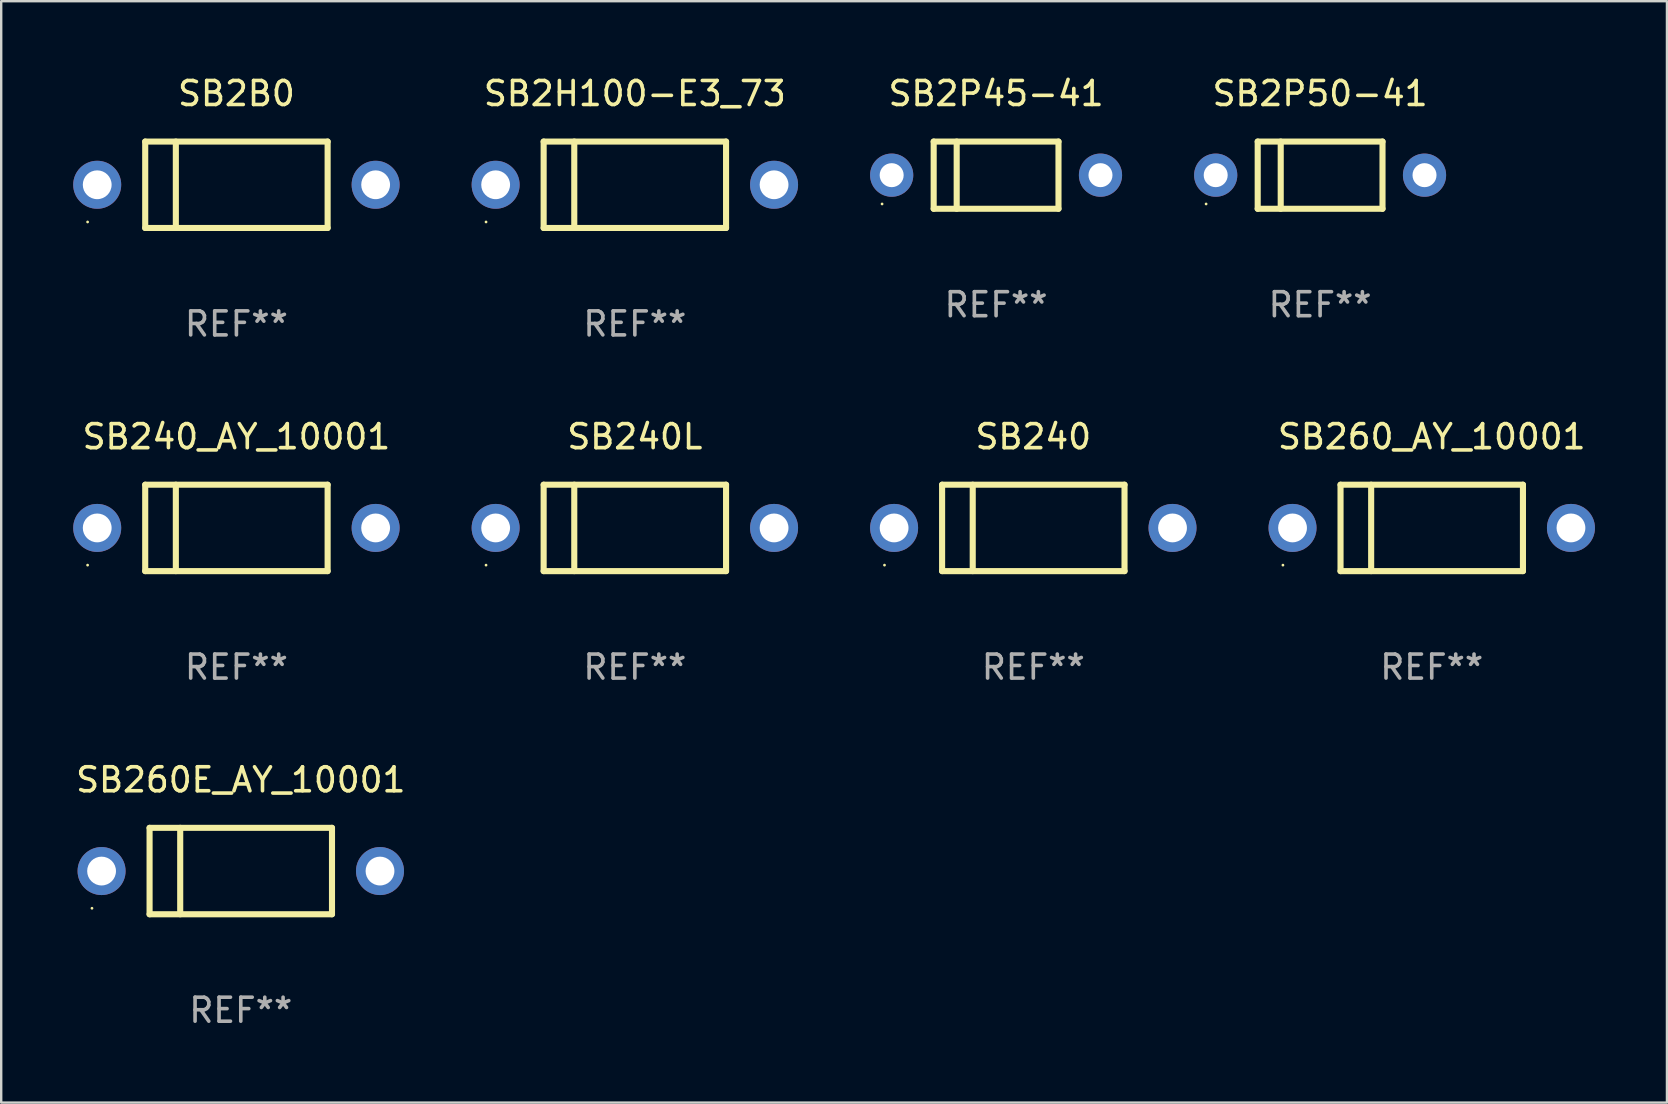
<source format=kicad_pcb>
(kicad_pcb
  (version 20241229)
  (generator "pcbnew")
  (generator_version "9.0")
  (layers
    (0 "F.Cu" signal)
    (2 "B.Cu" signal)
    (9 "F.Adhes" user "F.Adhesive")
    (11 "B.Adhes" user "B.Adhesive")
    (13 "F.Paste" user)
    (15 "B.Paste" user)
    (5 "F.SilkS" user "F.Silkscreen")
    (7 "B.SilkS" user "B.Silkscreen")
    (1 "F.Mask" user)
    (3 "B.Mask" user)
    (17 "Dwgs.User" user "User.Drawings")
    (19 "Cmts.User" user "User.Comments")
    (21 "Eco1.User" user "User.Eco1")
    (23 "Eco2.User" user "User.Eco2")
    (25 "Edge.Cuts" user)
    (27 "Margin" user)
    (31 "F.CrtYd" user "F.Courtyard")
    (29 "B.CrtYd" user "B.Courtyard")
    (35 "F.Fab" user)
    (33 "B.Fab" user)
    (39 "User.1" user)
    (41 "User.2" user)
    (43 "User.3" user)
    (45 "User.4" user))
  (footprint "SB2H100-E3_73"
    (layer "F.Cu")
    (at 23.4 4.648)
    (property "Reference" "SB2H100-E3_73" (at 0 -3.8 0) (layer "F.SilkS") (effects (font (size 1 1) (thickness 0.15))))
    (attr through_hole)
    (fp_line (start -3.8 -1.8) (end -3.8 1.8) (stroke (width 0.254) (type solid)) (layer "F.SilkS"))
    (fp_line (start -3.8 -1.8) (end 3.8 -1.8) (stroke (width 0.254) (type solid)) (layer "F.SilkS"))
    (fp_line (start -3.8 1.8) (end 3.8 1.8) (stroke (width 0.254) (type solid)) (layer "F.SilkS"))
    (fp_line (start -2.524 -1.8) (end -2.524 1.8) (stroke (width 0.254) (type solid)) (layer "F.SilkS"))
    (fp_line (start 3.8 -1.8) (end 3.8 1.8) (stroke (width 0.254) (type solid)) (layer "F.SilkS"))
    (fp_circle (center -6.2 1.55) (end -6.17 1.55) (stroke (width 0.06) (type solid)) (fill no) (layer "F.SilkS"))
    (fp_text user "REF**" (at 0 5.8 0) (layer "F.Fab") (effects (font (size 1 1) (thickness 0.15))))
    (pad "1" thru_hole circle (at -5.8 0) (size 2 2) (drill 1.2) (layers "*.Cu" "*.Mask"))
    (pad "2" thru_hole circle (at 5.8 0) (size 2 2) (drill 1.2) (layers "*.Cu" "*.Mask")))
  (footprint "SB260_AY_10001"
    (layer "F.Cu")
    (at 56.601 18.945)
    (property "Reference" "SB260_AY_10001" (at 0 -3.8 0) (layer "F.SilkS") (effects (font (size 1 1) (thickness 0.15))))
    (attr through_hole)
    (fp_line (start -3.8 -1.8) (end -3.8 1.8) (stroke (width 0.254) (type solid)) (layer "F.SilkS"))
    (fp_line (start -3.8 -1.8) (end 3.8 -1.8) (stroke (width 0.254) (type solid)) (layer "F.SilkS"))
    (fp_line (start -3.8 1.8) (end 3.8 1.8) (stroke (width 0.254) (type solid)) (layer "F.SilkS"))
    (fp_line (start -2.524 -1.8) (end -2.524 1.8) (stroke (width 0.254) (type solid)) (layer "F.SilkS"))
    (fp_line (start 3.8 -1.8) (end 3.8 1.8) (stroke (width 0.254) (type solid)) (layer "F.SilkS"))
    (fp_circle (center -6.2 1.55) (end -6.17 1.55) (stroke (width 0.06) (type solid)) (fill no) (layer "F.SilkS"))
    (fp_text user "REF**" (at 0 5.8 0) (layer "F.Fab") (effects (font (size 1 1) (thickness 0.15))))
    (pad "1" thru_hole circle (at -5.8 0) (size 2 2) (drill 1.2) (layers "*.Cu" "*.Mask"))
    (pad "2" thru_hole circle (at 5.8 0) (size 2 2) (drill 1.2) (layers "*.Cu" "*.Mask")))
  (footprint "SB240_AY_10001"
    (layer "F.Cu")
    (at 6.8 18.945)
    (property "Reference" "SB240_AY_10001" (at 0 -3.8 0) (layer "F.SilkS") (effects (font (size 1 1) (thickness 0.15))))
    (attr through_hole)
    (fp_line (start -3.8 -1.8) (end -3.8 1.8) (stroke (width 0.254) (type solid)) (layer "F.SilkS"))
    (fp_line (start -3.8 -1.8) (end 3.8 -1.8) (stroke (width 0.254) (type solid)) (layer "F.SilkS"))
    (fp_line (start -3.8 1.8) (end 3.8 1.8) (stroke (width 0.254) (type solid)) (layer "F.SilkS"))
    (fp_line (start -2.524 -1.8) (end -2.524 1.8) (stroke (width 0.254) (type solid)) (layer "F.SilkS"))
    (fp_line (start 3.8 -1.8) (end 3.8 1.8) (stroke (width 0.254) (type solid)) (layer "F.SilkS"))
    (fp_circle (center -6.2 1.55) (end -6.17 1.55) (stroke (width 0.06) (type solid)) (fill no) (layer "F.SilkS"))
    (fp_text user "REF**" (at 0 5.8 0) (layer "F.Fab") (effects (font (size 1 1) (thickness 0.15))))
    (pad "1" thru_hole circle (at -5.8 0) (size 2 2) (drill 1.2) (layers "*.Cu" "*.Mask"))
    (pad "2" thru_hole circle (at 5.8 0) (size 2 2) (drill 1.2) (layers "*.Cu" "*.Mask")))
  (footprint "SB240L"
    (layer "F.Cu")
    (at 23.4 18.945)
    (property "Reference" "SB240L" (at 0 -3.8 0) (layer "F.SilkS") (effects (font (size 1 1) (thickness 0.15))))
    (attr through_hole)
    (fp_line (start -3.8 -1.8) (end -3.8 1.8) (stroke (width 0.254) (type solid)) (layer "F.SilkS"))
    (fp_line (start -3.8 -1.8) (end 3.8 -1.8) (stroke (width 0.254) (type solid)) (layer "F.SilkS"))
    (fp_line (start -3.8 1.8) (end 3.8 1.8) (stroke (width 0.254) (type solid)) (layer "F.SilkS"))
    (fp_line (start -2.524 -1.8) (end -2.524 1.8) (stroke (width 0.254) (type solid)) (layer "F.SilkS"))
    (fp_line (start 3.8 -1.8) (end 3.8 1.8) (stroke (width 0.254) (type solid)) (layer "F.SilkS"))
    (fp_circle (center -6.2 1.55) (end -6.17 1.55) (stroke (width 0.06) (type solid)) (fill no) (layer "F.SilkS"))
    (fp_text user "REF**" (at 0 5.8 0) (layer "F.Fab") (effects (font (size 1 1) (thickness 0.15))))
    (pad "1" thru_hole circle (at -5.8 0) (size 2 2) (drill 1.2) (layers "*.Cu" "*.Mask"))
    (pad "2" thru_hole circle (at 5.8 0) (size 2 2) (drill 1.2) (layers "*.Cu" "*.Mask")))
  (footprint "SB2P45-41"
    (layer "F.Cu")
    (at 38.45 4.248)
    (property "Reference" "SB2P45-41" (at 0 -3.4 0) (layer "F.SilkS") (effects (font (size 1 1) (thickness 0.15))))
    (attr through_hole)
    (fp_line (start -2.6 -1.4) (end -2.6 1.4) (stroke (width 0.254) (type solid)) (layer "F.SilkS"))
    (fp_line (start -2.6 -1.4) (end 2.6 -1.4) (stroke (width 0.254) (type solid)) (layer "F.SilkS"))
    (fp_line (start -2.6 1.4) (end 2.6 1.4) (stroke (width 0.254) (type solid)) (layer "F.SilkS"))
    (fp_line (start -1.641 -1.4) (end -1.641 1.4) (stroke (width 0.254) (type solid)) (layer "F.SilkS"))
    (fp_line (start 2.6 -1.4) (end 2.6 1.4) (stroke (width 0.254) (type solid)) (layer "F.SilkS"))
    (fp_circle (center -4.75 1.2) (end -4.72 1.2) (stroke (width 0.06) (type solid)) (fill no) (layer "F.SilkS"))
    (fp_text user "REF**" (at 0 5.4 0) (layer "F.Fab") (effects (font (size 1 1) (thickness 0.15))))
    (pad "1" thru_hole circle (at -4.35 0) (size 1.8 1.8) (drill 1) (layers "*.Cu" "*.Mask"))
    (pad "2" thru_hole circle (at 4.35 0) (size 1.8 1.8) (drill 1) (layers "*.Cu" "*.Mask")))
  (footprint "SB2B0"
    (layer "F.Cu")
    (at 6.8 4.648)
    (property "Reference" "SB2B0" (at 0 -3.8 0) (layer "F.SilkS") (effects (font (size 1 1) (thickness 0.15))))
    (attr through_hole)
    (fp_line (start -3.8 -1.8) (end -3.8 1.8) (stroke (width 0.254) (type solid)) (layer "F.SilkS"))
    (fp_line (start -3.8 -1.8) (end 3.8 -1.8) (stroke (width 0.254) (type solid)) (layer "F.SilkS"))
    (fp_line (start -3.8 1.8) (end 3.8 1.8) (stroke (width 0.254) (type solid)) (layer "F.SilkS"))
    (fp_line (start -2.524 -1.8) (end -2.524 1.8) (stroke (width 0.254) (type solid)) (layer "F.SilkS"))
    (fp_line (start 3.8 -1.8) (end 3.8 1.8) (stroke (width 0.254) (type solid)) (layer "F.SilkS"))
    (fp_circle (center -6.2 1.55) (end -6.17 1.55) (stroke (width 0.06) (type solid)) (fill no) (layer "F.SilkS"))
    (fp_text user "REF**" (at 0 5.8 0) (layer "F.Fab") (effects (font (size 1 1) (thickness 0.15))))
    (pad "1" thru_hole circle (at -5.8 0) (size 2 2) (drill 1.2) (layers "*.Cu" "*.Mask"))
    (pad "2" thru_hole circle (at 5.8 0) (size 2 2) (drill 1.2) (layers "*.Cu" "*.Mask")))
  (footprint "SB240"
    (layer "F.Cu")
    (at 40.001 18.945)
    (property "Reference" "SB240" (at 0 -3.8 0) (layer "F.SilkS") (effects (font (size 1 1) (thickness 0.15))))
    (attr through_hole)
    (fp_line (start -3.8 -1.8) (end -3.8 1.8) (stroke (width 0.254) (type solid)) (layer "F.SilkS"))
    (fp_line (start -3.8 -1.8) (end 3.8 -1.8) (stroke (width 0.254) (type solid)) (layer "F.SilkS"))
    (fp_line (start -3.8 1.8) (end 3.8 1.8) (stroke (width 0.254) (type solid)) (layer "F.SilkS"))
    (fp_line (start -2.524 -1.8) (end -2.524 1.8) (stroke (width 0.254) (type solid)) (layer "F.SilkS"))
    (fp_line (start 3.8 -1.8) (end 3.8 1.8) (stroke (width 0.254) (type solid)) (layer "F.SilkS"))
    (fp_circle (center -6.2 1.55) (end -6.17 1.55) (stroke (width 0.06) (type solid)) (fill no) (layer "F.SilkS"))
    (fp_text user "REF**" (at 0 5.8 0) (layer "F.Fab") (effects (font (size 1 1) (thickness 0.15))))
    (pad "1" thru_hole circle (at -5.8 0) (size 2 2) (drill 1.2) (layers "*.Cu" "*.Mask"))
    (pad "2" thru_hole circle (at 5.8 0) (size 2 2) (drill 1.2) (layers "*.Cu" "*.Mask")))
  (footprint "SB2P50-41"
    (layer "F.Cu")
    (at 51.95 4.248)
    (property "Reference" "SB2P50-41" (at 0 -3.4 0) (layer "F.SilkS") (effects (font (size 1 1) (thickness 0.15))))
    (attr through_hole)
    (fp_line (start -2.6 -1.4) (end -2.6 1.4) (stroke (width 0.254) (type solid)) (layer "F.SilkS"))
    (fp_line (start -2.6 -1.4) (end 2.6 -1.4) (stroke (width 0.254) (type solid)) (layer "F.SilkS"))
    (fp_line (start -2.6 1.4) (end 2.6 1.4) (stroke (width 0.254) (type solid)) (layer "F.SilkS"))
    (fp_line (start -1.641 -1.4) (end -1.641 1.4) (stroke (width 0.254) (type solid)) (layer "F.SilkS"))
    (fp_line (start 2.6 -1.4) (end 2.6 1.4) (stroke (width 0.254) (type solid)) (layer "F.SilkS"))
    (fp_circle (center -4.75 1.2) (end -4.72 1.2) (stroke (width 0.06) (type solid)) (fill no) (layer "F.SilkS"))
    (fp_text user "REF**" (at 0 5.4 0) (layer "F.Fab") (effects (font (size 1 1) (thickness 0.15))))
    (pad "1" thru_hole circle (at -4.35 0) (size 1.8 1.8) (drill 1) (layers "*.Cu" "*.Mask"))
    (pad "2" thru_hole circle (at 4.35 0) (size 1.8 1.8) (drill 1) (layers "*.Cu" "*.Mask")))
  (footprint "SB260E_AY_10001"
    (layer "F.Cu")
    (at 6.982 33.241)
    (property "Reference" "SB260E_AY_10001" (at 0 -3.8 0) (layer "F.SilkS") (effects (font (size 1 1) (thickness 0.15))))
    (attr through_hole)
    (fp_line (start -3.8 -1.8) (end -3.8 1.8) (stroke (width 0.254) (type solid)) (layer "F.SilkS"))
    (fp_line (start -3.8 -1.8) (end 3.8 -1.8) (stroke (width 0.254) (type solid)) (layer "F.SilkS"))
    (fp_line (start -3.8 1.8) (end 3.8 1.8) (stroke (width 0.254) (type solid)) (layer "F.SilkS"))
    (fp_line (start -2.524 -1.8) (end -2.524 1.8) (stroke (width 0.254) (type solid)) (layer "F.SilkS"))
    (fp_line (start 3.8 -1.8) (end 3.8 1.8) (stroke (width 0.254) (type solid)) (layer "F.SilkS"))
    (fp_circle (center -6.2 1.55) (end -6.17 1.55) (stroke (width 0.06) (type solid)) (fill no) (layer "F.SilkS"))
    (fp_text user "REF**" (at 0 5.8 0) (layer "F.Fab") (effects (font (size 1 1) (thickness 0.15))))
    (pad "1" thru_hole circle (at -5.8 0) (size 2 2) (drill 1.2) (layers "*.Cu" "*.Mask"))
    (pad "2" thru_hole circle (at 5.8 0) (size 2 2) (drill 1.2) (layers "*.Cu" "*.Mask")))
  (gr_rect
    (start -3 -3)
    (end 66.401 42.889)
    (stroke (width 0.1) (type default))
    (fill no)
    (layer "Edge.Cuts")))
</source>
